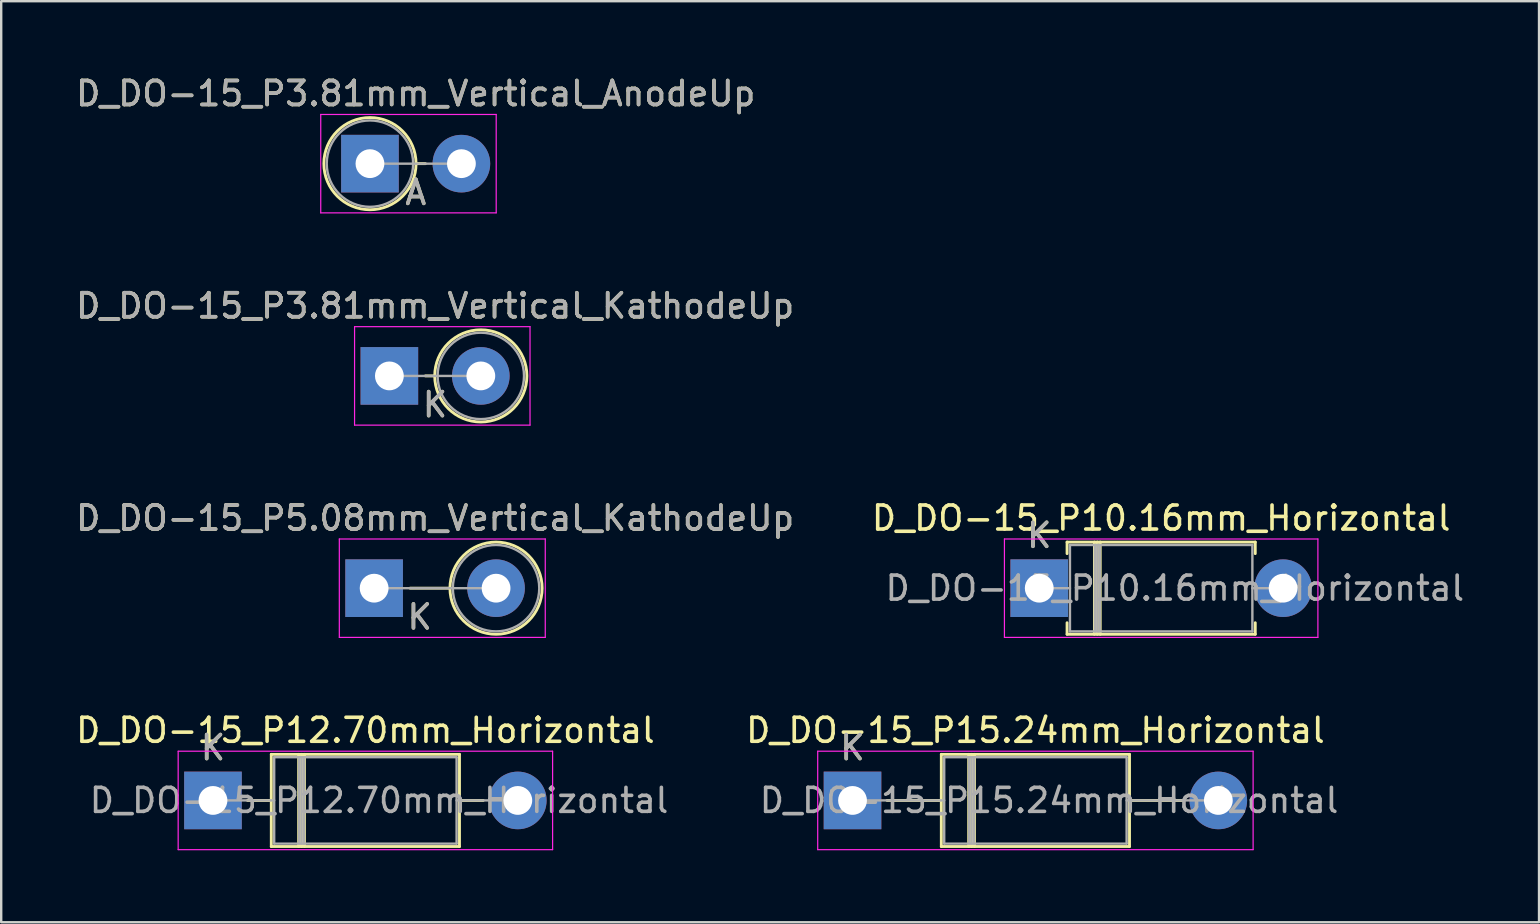
<source format=kicad_pcb>
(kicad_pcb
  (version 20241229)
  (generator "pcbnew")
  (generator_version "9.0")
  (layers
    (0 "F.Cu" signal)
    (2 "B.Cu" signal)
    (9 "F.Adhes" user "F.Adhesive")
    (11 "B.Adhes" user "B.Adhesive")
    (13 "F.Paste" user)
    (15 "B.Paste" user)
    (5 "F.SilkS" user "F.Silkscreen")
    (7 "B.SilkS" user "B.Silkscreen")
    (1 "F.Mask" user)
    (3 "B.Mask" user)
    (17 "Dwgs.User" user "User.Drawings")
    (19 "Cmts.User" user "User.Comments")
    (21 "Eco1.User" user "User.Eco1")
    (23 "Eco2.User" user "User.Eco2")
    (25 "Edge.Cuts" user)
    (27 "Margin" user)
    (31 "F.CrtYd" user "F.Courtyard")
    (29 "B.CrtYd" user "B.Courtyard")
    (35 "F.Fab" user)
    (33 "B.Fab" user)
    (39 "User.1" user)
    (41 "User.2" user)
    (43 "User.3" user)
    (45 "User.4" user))
  (footprint "D_DO-15_P5.08mm_Vertical_KathodeUp"
    (layer "F.Cu")
    (at 12.537 21.455)
    (property "Reference" "D_DO-15_P5.08mm_Vertical_KathodeUp" (at 2.54 -2.92 0) (layer "F.SilkS") (effects (font (size 1 1) (thickness 0.15))))
    (attr through_hole)
    (fp_line (start 3.16 0) (end 1.5 0) (stroke (width 0.12) (type solid)) (layer "F.SilkS"))
    (fp_circle (center 5.08 0) (end 7 0) (stroke (width 0.12) (type solid)) (fill no) (layer "F.SilkS"))
    (fp_line (start -1.45 -2.05) (end -1.45 2.05) (stroke (width 0.05) (type solid)) (layer "F.CrtYd"))
    (fp_line (start -1.45 2.05) (end 7.13 2.05) (stroke (width 0.05) (type solid)) (layer "F.CrtYd"))
    (fp_line (start 7.13 -2.05) (end -1.45 -2.05) (stroke (width 0.05) (type solid)) (layer "F.CrtYd"))
    (fp_line (start 7.13 2.05) (end 7.13 -2.05) (stroke (width 0.05) (type solid)) (layer "F.CrtYd"))
    (fp_line (start 0 0) (end 5.08 0) (stroke (width 0.1) (type solid)) (layer "F.Fab"))
    (fp_circle (center 5.08 0) (end 6.88 0) (stroke (width 0.1) (type solid)) (fill no) (layer "F.Fab"))
    (fp_text user "K" (at 1.9 1.2 0) (layer "F.SilkS") (effects (font (size 1 1) (thickness 0.15))))
    (fp_text user "K" (at 1.9 1.2 0) (layer "F.Fab") (effects (font (size 1 1) (thickness 0.15))))
    (fp_text user "${REFERENCE}" (at 2.54 -2.92 0) (layer "F.Fab") (effects (font (size 1 1) (thickness 0.15))))
    (pad "1" thru_hole rect (at 0 0) (size 2.4 2.4) (drill 1.2) (layers "*.Cu" "*.Mask"))
    (pad "2" thru_hole oval (at 5.08 0) (size 2.4 2.4) (drill 1.2) (layers "*.Cu" "*.Mask")))
  (footprint "D_DO-15_P12.70mm_Horizontal"
    (layer "F.Cu")
    (at 5.823 30.298)
    (property "Reference" "D_DO-15_P12.70mm_Horizontal" (at 6.35 -2.92 0) (layer "F.SilkS") (effects (font (size 1 1) (thickness 0.15))))
    (attr through_hole)
    (fp_line (start 1.44 0) (end 2.43 0) (stroke (width 0.12) (type solid)) (layer "F.SilkS"))
    (fp_line (start 2.43 -1.92) (end 2.43 1.92) (stroke (width 0.12) (type solid)) (layer "F.SilkS"))
    (fp_line (start 2.43 1.92) (end 10.27 1.92) (stroke (width 0.12) (type solid)) (layer "F.SilkS"))
    (fp_line (start 3.57 -1.92) (end 3.57 1.92) (stroke (width 0.12) (type solid)) (layer "F.SilkS"))
    (fp_line (start 3.69 -1.92) (end 3.69 1.92) (stroke (width 0.12) (type solid)) (layer "F.SilkS"))
    (fp_line (start 3.81 -1.92) (end 3.81 1.92) (stroke (width 0.12) (type solid)) (layer "F.SilkS"))
    (fp_line (start 10.27 -1.92) (end 2.43 -1.92) (stroke (width 0.12) (type solid)) (layer "F.SilkS"))
    (fp_line (start 10.27 1.92) (end 10.27 -1.92) (stroke (width 0.12) (type solid)) (layer "F.SilkS"))
    (fp_line (start 11.26 0) (end 10.27 0) (stroke (width 0.12) (type solid)) (layer "F.SilkS"))
    (fp_line (start -1.45 -2.05) (end -1.45 2.05) (stroke (width 0.05) (type solid)) (layer "F.CrtYd"))
    (fp_line (start -1.45 2.05) (end 14.15 2.05) (stroke (width 0.05) (type solid)) (layer "F.CrtYd"))
    (fp_line (start 14.15 -2.05) (end -1.45 -2.05) (stroke (width 0.05) (type solid)) (layer "F.CrtYd"))
    (fp_line (start 14.15 2.05) (end 14.15 -2.05) (stroke (width 0.05) (type solid)) (layer "F.CrtYd"))
    (fp_line (start 0 0) (end 2.55 0) (stroke (width 0.1) (type solid)) (layer "F.Fab"))
    (fp_line (start 2.55 -1.8) (end 2.55 1.8) (stroke (width 0.1) (type solid)) (layer "F.Fab"))
    (fp_line (start 2.55 1.8) (end 10.15 1.8) (stroke (width 0.1) (type solid)) (layer "F.Fab"))
    (fp_line (start 3.59 -1.8) (end 3.59 1.8) (stroke (width 0.1) (type solid)) (layer "F.Fab"))
    (fp_line (start 3.69 -1.8) (end 3.69 1.8) (stroke (width 0.1) (type solid)) (layer "F.Fab"))
    (fp_line (start 3.79 -1.8) (end 3.79 1.8) (stroke (width 0.1) (type solid)) (layer "F.Fab"))
    (fp_line (start 10.15 -1.8) (end 2.55 -1.8) (stroke (width 0.1) (type solid)) (layer "F.Fab"))
    (fp_line (start 10.15 1.8) (end 10.15 -1.8) (stroke (width 0.1) (type solid)) (layer "F.Fab"))
    (fp_line (start 12.7 0) (end 10.15 0) (stroke (width 0.1) (type solid)) (layer "F.Fab"))
    (fp_text user "K" (at 0 -2.2 0) (layer "F.SilkS") (effects (font (size 1 1) (thickness 0.15))))
    (fp_text user "K" (at 0 -2.2 0) (layer "F.Fab") (effects (font (size 1 1) (thickness 0.15))))
    (fp_text user "${REFERENCE}" (at 6.92 0 0) (layer "F.Fab") (effects (font (size 1 1) (thickness 0.15))))
    (pad "1" thru_hole rect (at 0 0) (size 2.4 2.4) (drill 1.2) (layers "*.Cu" "*.Mask"))
    (pad "2" thru_hole oval (at 12.7 0) (size 2.4 2.4) (drill 1.2) (layers "*.Cu" "*.Mask")))
  (footprint "D_DO-15_P10.16mm_Horizontal"
    (layer "F.Cu")
    (at 40.247 21.455)
    (property "Reference" "D_DO-15_P10.16mm_Horizontal" (at 5.08 -2.92 0) (layer "F.SilkS") (effects (font (size 1 1) (thickness 0.15))))
    (attr through_hole)
    (fp_line (start 1.16 -1.92) (end 9 -1.92) (stroke (width 0.12) (type solid)) (layer "F.SilkS"))
    (fp_line (start 1.16 -1.44) (end 1.16 -1.92) (stroke (width 0.12) (type solid)) (layer "F.SilkS"))
    (fp_line (start 1.16 1.44) (end 1.16 1.92) (stroke (width 0.12) (type solid)) (layer "F.SilkS"))
    (fp_line (start 1.16 1.92) (end 9 1.92) (stroke (width 0.12) (type solid)) (layer "F.SilkS"))
    (fp_line (start 2.3 -1.92) (end 2.3 1.92) (stroke (width 0.12) (type solid)) (layer "F.SilkS"))
    (fp_line (start 2.42 -1.92) (end 2.42 1.92) (stroke (width 0.12) (type solid)) (layer "F.SilkS"))
    (fp_line (start 2.54 -1.92) (end 2.54 1.92) (stroke (width 0.12) (type solid)) (layer "F.SilkS"))
    (fp_line (start 9 -1.92) (end 9 -1.44) (stroke (width 0.12) (type solid)) (layer "F.SilkS"))
    (fp_line (start 9 1.92) (end 9 1.44) (stroke (width 0.12) (type solid)) (layer "F.SilkS"))
    (fp_line (start -1.45 -2.05) (end -1.45 2.05) (stroke (width 0.05) (type solid)) (layer "F.CrtYd"))
    (fp_line (start -1.45 2.05) (end 11.61 2.05) (stroke (width 0.05) (type solid)) (layer "F.CrtYd"))
    (fp_line (start 11.61 -2.05) (end -1.45 -2.05) (stroke (width 0.05) (type solid)) (layer "F.CrtYd"))
    (fp_line (start 11.61 2.05) (end 11.61 -2.05) (stroke (width 0.05) (type solid)) (layer "F.CrtYd"))
    (fp_line (start 0 0) (end 1.28 0) (stroke (width 0.1) (type solid)) (layer "F.Fab"))
    (fp_line (start 1.28 -1.8) (end 1.28 1.8) (stroke (width 0.1) (type solid)) (layer "F.Fab"))
    (fp_line (start 1.28 1.8) (end 8.88 1.8) (stroke (width 0.1) (type solid)) (layer "F.Fab"))
    (fp_line (start 2.32 -1.8) (end 2.32 1.8) (stroke (width 0.1) (type solid)) (layer "F.Fab"))
    (fp_line (start 2.42 -1.8) (end 2.42 1.8) (stroke (width 0.1) (type solid)) (layer "F.Fab"))
    (fp_line (start 2.52 -1.8) (end 2.52 1.8) (stroke (width 0.1) (type solid)) (layer "F.Fab"))
    (fp_line (start 8.88 -1.8) (end 1.28 -1.8) (stroke (width 0.1) (type solid)) (layer "F.Fab"))
    (fp_line (start 8.88 1.8) (end 8.88 -1.8) (stroke (width 0.1) (type solid)) (layer "F.Fab"))
    (fp_line (start 10.16 0) (end 8.88 0) (stroke (width 0.1) (type solid)) (layer "F.Fab"))
    (fp_text user "K" (at 0 -2.2 0) (layer "F.SilkS") (effects (font (size 1 1) (thickness 0.15))))
    (fp_text user "K" (at 0 -2.2 0) (layer "F.Fab") (effects (font (size 1 1) (thickness 0.15))))
    (fp_text user "${REFERENCE}" (at 5.65 0 0) (layer "F.Fab") (effects (font (size 1 1) (thickness 0.15))))
    (pad "1" thru_hole rect (at 0 0) (size 2.4 2.4) (drill 1.2) (layers "*.Cu" "*.Mask"))
    (pad "2" thru_hole oval (at 10.16 0) (size 2.4 2.4) (drill 1.2) (layers "*.Cu" "*.Mask")))
  (footprint "D_DO-15_P15.24mm_Horizontal"
    (layer "F.Cu")
    (at 32.468 30.298)
    (property "Reference" "D_DO-15_P15.24mm_Horizontal" (at 7.62 -2.92 0) (layer "F.SilkS") (effects (font (size 1 1) (thickness 0.15))))
    (attr through_hole)
    (fp_line (start 1.44 0) (end 3.7 0) (stroke (width 0.12) (type solid)) (layer "F.SilkS"))
    (fp_line (start 3.7 -1.92) (end 3.7 1.92) (stroke (width 0.12) (type solid)) (layer "F.SilkS"))
    (fp_line (start 3.7 1.92) (end 11.54 1.92) (stroke (width 0.12) (type solid)) (layer "F.SilkS"))
    (fp_line (start 4.84 -1.92) (end 4.84 1.92) (stroke (width 0.12) (type solid)) (layer "F.SilkS"))
    (fp_line (start 4.96 -1.92) (end 4.96 1.92) (stroke (width 0.12) (type solid)) (layer "F.SilkS"))
    (fp_line (start 5.08 -1.92) (end 5.08 1.92) (stroke (width 0.12) (type solid)) (layer "F.SilkS"))
    (fp_line (start 11.54 -1.92) (end 3.7 -1.92) (stroke (width 0.12) (type solid)) (layer "F.SilkS"))
    (fp_line (start 11.54 1.92) (end 11.54 -1.92) (stroke (width 0.12) (type solid)) (layer "F.SilkS"))
    (fp_line (start 13.8 0) (end 11.54 0) (stroke (width 0.12) (type solid)) (layer "F.SilkS"))
    (fp_line (start -1.45 -2.05) (end -1.45 2.05) (stroke (width 0.05) (type solid)) (layer "F.CrtYd"))
    (fp_line (start -1.45 2.05) (end 16.69 2.05) (stroke (width 0.05) (type solid)) (layer "F.CrtYd"))
    (fp_line (start 16.69 -2.05) (end -1.45 -2.05) (stroke (width 0.05) (type solid)) (layer "F.CrtYd"))
    (fp_line (start 16.69 2.05) (end 16.69 -2.05) (stroke (width 0.05) (type solid)) (layer "F.CrtYd"))
    (fp_line (start 0 0) (end 3.82 0) (stroke (width 0.1) (type solid)) (layer "F.Fab"))
    (fp_line (start 3.82 -1.8) (end 3.82 1.8) (stroke (width 0.1) (type solid)) (layer "F.Fab"))
    (fp_line (start 3.82 1.8) (end 11.42 1.8) (stroke (width 0.1) (type solid)) (layer "F.Fab"))
    (fp_line (start 4.86 -1.8) (end 4.86 1.8) (stroke (width 0.1) (type solid)) (layer "F.Fab"))
    (fp_line (start 4.96 -1.8) (end 4.96 1.8) (stroke (width 0.1) (type solid)) (layer "F.Fab"))
    (fp_line (start 5.06 -1.8) (end 5.06 1.8) (stroke (width 0.1) (type solid)) (layer "F.Fab"))
    (fp_line (start 11.42 -1.8) (end 3.82 -1.8) (stroke (width 0.1) (type solid)) (layer "F.Fab"))
    (fp_line (start 11.42 1.8) (end 11.42 -1.8) (stroke (width 0.1) (type solid)) (layer "F.Fab"))
    (fp_line (start 15.24 0) (end 11.42 0) (stroke (width 0.1) (type solid)) (layer "F.Fab"))
    (fp_text user "K" (at 0 -2.2 0) (layer "F.SilkS") (effects (font (size 1 1) (thickness 0.15))))
    (fp_text user "K" (at 0 -2.2 0) (layer "F.Fab") (effects (font (size 1 1) (thickness 0.15))))
    (fp_text user "${REFERENCE}" (at 8.19 0 0) (layer "F.Fab") (effects (font (size 1 1) (thickness 0.15))))
    (pad "1" thru_hole rect (at 0 0) (size 2.4 2.4) (drill 1.2) (layers "*.Cu" "*.Mask"))
    (pad "2" thru_hole oval (at 15.24 0) (size 2.4 2.4) (drill 1.2) (layers "*.Cu" "*.Mask")))
  (footprint "D_DO-15_P3.81mm_Vertical_KathodeUp"
    (layer "F.Cu")
    (at 13.172 12.611)
    (property "Reference" "D_DO-15_P3.81mm_Vertical_KathodeUp" (at 1.905 -2.92 0) (layer "F.SilkS") (effects (font (size 1 1) (thickness 0.15))))
    (attr through_hole)
    (fp_line (start 1.89 0) (end 1.5 0) (stroke (width 0.12) (type solid)) (layer "F.SilkS"))
    (fp_circle (center 3.81 0) (end 5.73 0) (stroke (width 0.12) (type solid)) (fill no) (layer "F.SilkS"))
    (fp_line (start -1.45 -2.05) (end -1.45 2.05) (stroke (width 0.05) (type solid)) (layer "F.CrtYd"))
    (fp_line (start -1.45 2.05) (end 5.86 2.05) (stroke (width 0.05) (type solid)) (layer "F.CrtYd"))
    (fp_line (start 5.86 -2.05) (end -1.45 -2.05) (stroke (width 0.05) (type solid)) (layer "F.CrtYd"))
    (fp_line (start 5.86 2.05) (end 5.86 -2.05) (stroke (width 0.05) (type solid)) (layer "F.CrtYd"))
    (fp_line (start 0 0) (end 3.81 0) (stroke (width 0.1) (type solid)) (layer "F.Fab"))
    (fp_circle (center 3.81 0) (end 5.61 0) (stroke (width 0.1) (type solid)) (fill no) (layer "F.Fab"))
    (fp_text user "K" (at 1.9 1.2 0) (layer "F.SilkS") (effects (font (size 1 1) (thickness 0.15))))
    (fp_text user "K" (at 1.9 1.2 0) (layer "F.Fab") (effects (font (size 1 1) (thickness 0.15))))
    (fp_text user "${REFERENCE}" (at 1.905 -2.92 0) (layer "F.Fab") (effects (font (size 1 1) (thickness 0.15))))
    (pad "1" thru_hole rect (at 0 0) (size 2.4 2.4) (drill 1.2) (layers "*.Cu" "*.Mask"))
    (pad "2" thru_hole oval (at 3.81 0) (size 2.4 2.4) (drill 1.2) (layers "*.Cu" "*.Mask")))
  (footprint "D_DO-15_P3.81mm_Vertical_AnodeUp"
    (layer "F.Cu")
    (at 12.363 3.768)
    (property "Reference" "D_DO-15_P3.81mm_Vertical_AnodeUp" (at 1.905 -2.92 0) (layer "F.SilkS") (effects (font (size 1 1) (thickness 0.15))))
    (attr through_hole)
    (fp_line (start 1.92 0) (end 2.31 0) (stroke (width 0.12) (type solid)) (layer "F.SilkS"))
    (fp_circle (center 0 0) (end 1.92 0) (stroke (width 0.12) (type solid)) (fill no) (layer "F.SilkS"))
    (fp_line (start -2.05 -2.05) (end -2.05 2.05) (stroke (width 0.05) (type solid)) (layer "F.CrtYd"))
    (fp_line (start -2.05 2.05) (end 5.26 2.05) (stroke (width 0.05) (type solid)) (layer "F.CrtYd"))
    (fp_line (start 5.26 -2.05) (end -2.05 -2.05) (stroke (width 0.05) (type solid)) (layer "F.CrtYd"))
    (fp_line (start 5.26 2.05) (end 5.26 -2.05) (stroke (width 0.05) (type solid)) (layer "F.CrtYd"))
    (fp_line (start 0 0) (end 3.81 0) (stroke (width 0.1) (type solid)) (layer "F.Fab"))
    (fp_circle (center 0 0) (end 1.8 0) (stroke (width 0.1) (type solid)) (fill no) (layer "F.Fab"))
    (fp_text user "A" (at 1.91 1.2 0) (layer "F.SilkS") (effects (font (size 1 1) (thickness 0.15))))
    (fp_text user "A" (at 1.91 1.2 0) (layer "F.Fab") (effects (font (size 1 1) (thickness 0.15))))
    (fp_text user "${REFERENCE}" (at 1.905 -2.92 0) (layer "F.Fab") (effects (font (size 1 1) (thickness 0.15))))
    (pad "1" thru_hole rect (at 0 0) (size 2.4 2.4) (drill 1.2) (layers "*.Cu" "*.Mask"))
    (pad "2" thru_hole oval (at 3.81 0) (size 2.4 2.4) (drill 1.2) (layers "*.Cu" "*.Mask")))
  (gr_rect
    (start -3 -3)
    (end 61.07 35.373)
    (stroke (width 0.1) (type default))
    (fill no)
    (layer "Edge.Cuts")))
</source>
